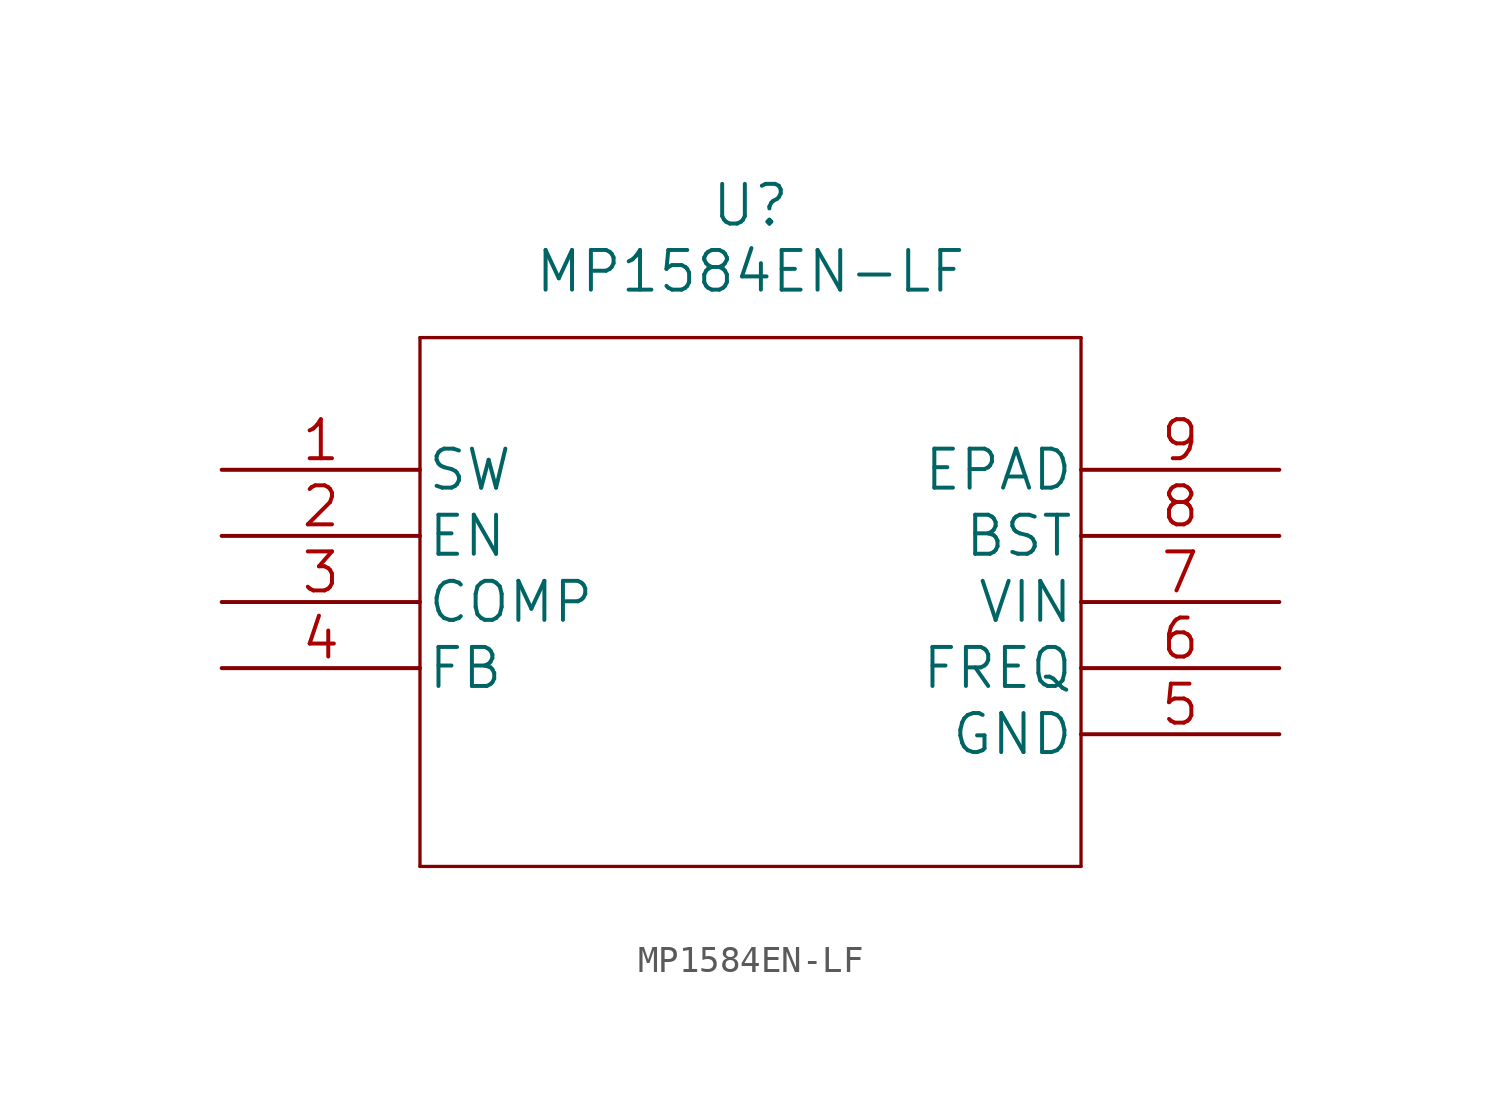
<source format=kicad_sym>
(kicad_symbol_lib
  (version 20211014)
  (generator kicad_symbol_editor)
  (symbol "MP1584EN-LF"
    (pin_names
      (offset 0.254))
    (property "Reference" "U"
      (at 20.32 10.16 0)
      (effects (font (size 1.524 1.524))))
    (property "Value" "MP1584EN-LF"
      (at 20.32 7.62 0)
      (effects (font (size 1.524 1.524))))
    (property "Datasheet" ""
      (at 0 0 0)
      (effects (font (size 1.524 1.524))))
    (property "ki_locked" ""
      (at 0 0 0)
      (effects (font (size 1.27 1.27))))
    (symbol "MP1584EN-LF_1_1"
      (polyline (pts (xy 7.62 -15.24) (xy 33.02 -15.24)) (stroke (width 0.127) (type default) (color 0 0 0 0)) (fill (type none)))
      (polyline (pts (xy 7.62 5.08) (xy 7.62 -15.24)) (stroke (width 0.127) (type default) (color 0 0 0 0)) (fill (type none)))
      (polyline (pts (xy 33.02 -15.24) (xy 33.02 5.08)) (stroke (width 0.127) (type default) (color 0 0 0 0)) (fill (type none)))
      (polyline (pts (xy 33.02 5.08) (xy 7.62 5.08)) (stroke (width 0.127) (type default) (color 0 0 0 0)) (fill (type none)))
      (pin output line (at 0 0 0) (length 7.62) (name "SW" (effects (font (size 1.499 1.499)))) (number "1" (effects (font (size 1.499 1.499)))))
      (pin input line (at 0 -2.54 0) (length 7.62) (name "EN" (effects (font (size 1.499 1.499)))) (number "2" (effects (font (size 1.499 1.499)))))
      (pin output line (at 0 -5.08 0) (length 7.62) (name "COMP" (effects (font (size 1.499 1.499)))) (number "3" (effects (font (size 1.499 1.499)))))
      (pin input line (at 0 -7.62 0) (length 7.62) (name "FB" (effects (font (size 1.499 1.499)))) (number "4" (effects (font (size 1.499 1.499)))))
      (pin power_in line (at 40.64 -10.16 180) (length 7.62) (name "GND" (effects (font (size 1.499 1.499)))) (number "5" (effects (font (size 1.499 1.499)))))
      (pin input line (at 40.64 -7.62 180) (length 7.62) (name "FREQ" (effects (font (size 1.499 1.499)))) (number "6" (effects (font (size 1.499 1.499)))))
      (pin power_in line (at 40.64 -5.08 180) (length 7.62) (name "VIN" (effects (font (size 1.499 1.499)))) (number "7" (effects (font (size 1.499 1.499)))))
      (pin unspecified line (at 40.64 -2.54 180) (length 7.62) (name "BST" (effects (font (size 1.499 1.499)))) (number "8" (effects (font (size 1.499 1.499)))))
      (pin power_in line (at 40.64 0 180) (length 7.62) (name "EPAD" (effects (font (size 1.499 1.499)))) (number "9" (effects (font (size 1.499 1.499))))))))
</source>
